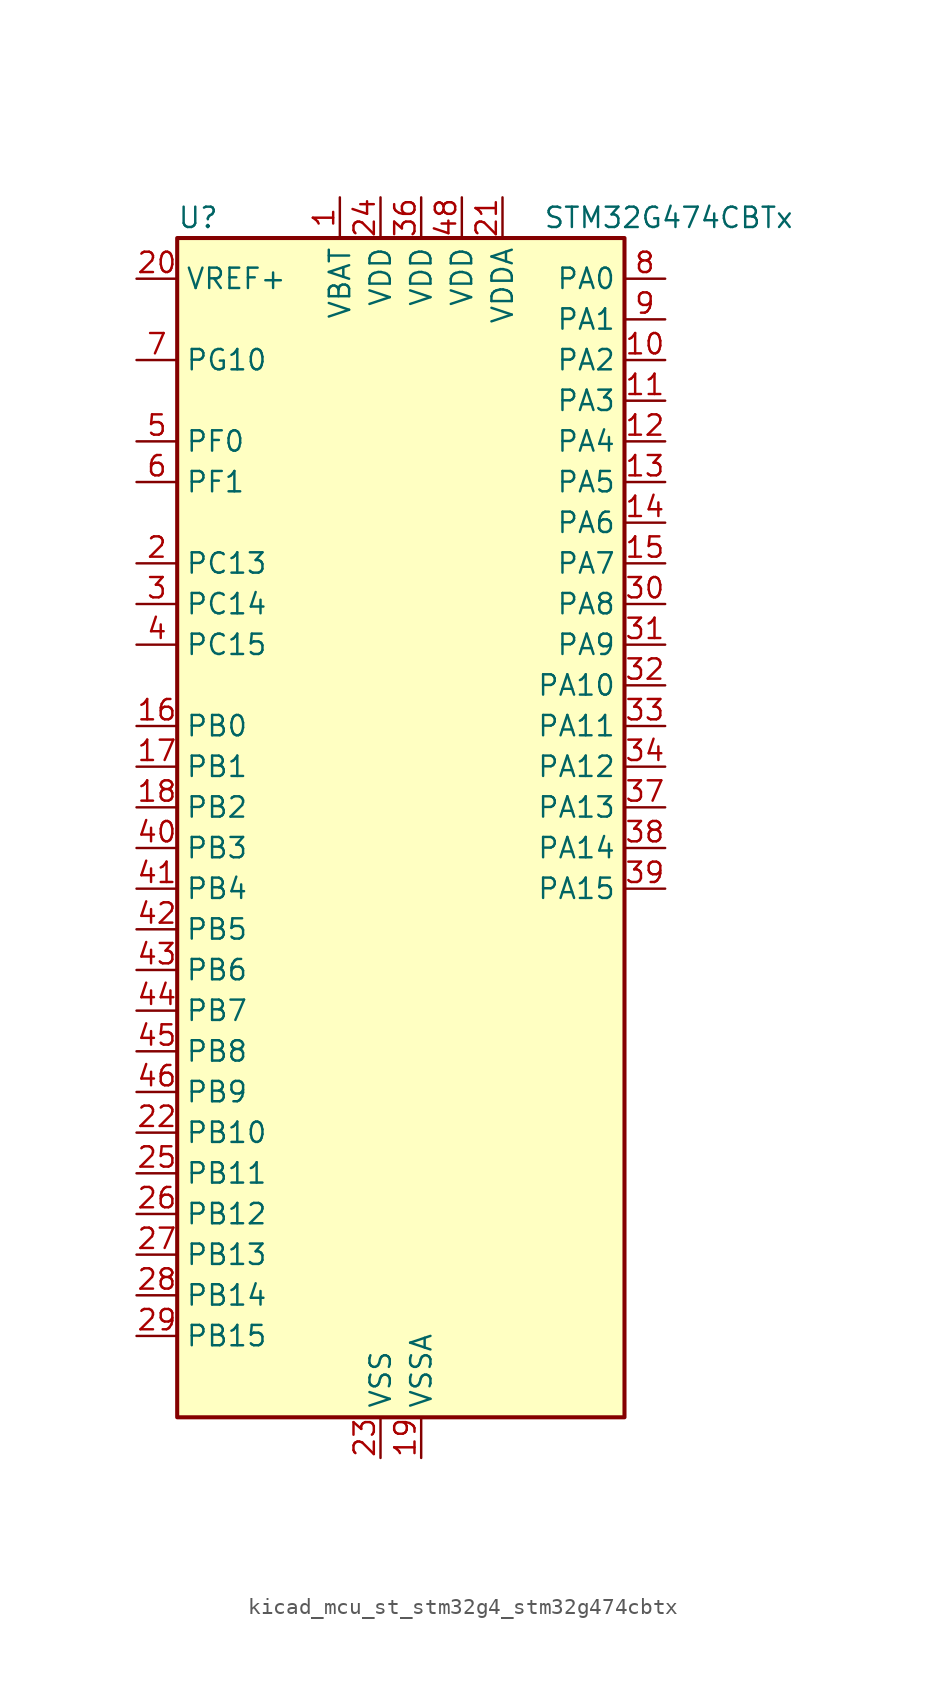
<source format=kicad_sym>
(kicad_symbol_lib
  (version 20220914)
  (generator kicad_symbol_editor)
  (symbol "kicad_mcu_st_stm32g4_stm32g474cbtx"
    (property "Reference" "U"
      (at -12.7 39.37 0)
      (effects (font (size 1.27 1.27)) (justify left)))
    (property "Value" "STM32G474CBTx"
      (at 10.16 39.37 0)
      (effects (font (size 1.27 1.27)) (justify left)))
    (property "ki_locked" ""
      (at 0 0 0)
      (effects (font (size 1.27 1.27))))
    (symbol "kicad_mcu_st_stm32g4_stm32g474cbtx_0_1"
      (rectangle (start -12.7 -35.56) (end 15.24 38.1) (stroke (width 0.254) (type default)) (fill (type background))))
    (symbol "kicad_mcu_st_stm32g4_stm32g474cbtx_1_1"
      (pin power_in line (at -2.54 40.64 270) (length 2.54) (name "VBAT" (effects (font (size 1.27 1.27)))) (number "1" (effects (font (size 1.27 1.27)))))
      (pin bidirectional line (at 17.78 30.48 180) (length 2.54) (name "PA2" (effects (font (size 1.27 1.27)))) (number "10" (effects (font (size 1.27 1.27)))) (alternate "ADC1_IN3" bidirectional line) (alternate "ADC3_EXTI2" bidirectional line) (alternate "ADC4_EXTI2" bidirectional line) (alternate "ADC5_EXTI2" bidirectional line) (alternate "COMP2_INM" bidirectional line) (alternate "COMP2_OUT" bidirectional line) (alternate "LPUART1_TX" bidirectional line) (alternate "OPAMP1_VOUT" bidirectional line) (alternate "QUADSPI1_BK1_NCS" bidirectional line) (alternate "RCC_LSCO" bidirectional line) (alternate "SYS_WKUP4" bidirectional line) (alternate "TIM15_CH1" bidirectional line) (alternate "TIM2_CH3" bidirectional line) (alternate "TIM5_CH3" bidirectional line) (alternate "UCPD1_FRSTX1" bidirectional line) (alternate "UCPD1_FRSTX2" bidirectional line) (alternate "USART2_TX" bidirectional line))
      (pin bidirectional line (at 17.78 27.94 180) (length 2.54) (name "PA3" (effects (font (size 1.27 1.27)))) (number "11" (effects (font (size 1.27 1.27)))) (alternate "ADC1_IN4" bidirectional line) (alternate "ADC3_EXTI3" bidirectional line) (alternate "ADC4_EXTI3" bidirectional line) (alternate "ADC5_EXTI3" bidirectional line) (alternate "COMP2_INP" bidirectional line) (alternate "LPUART1_RX" bidirectional line) (alternate "OPAMP1_VINM" bidirectional line) (alternate "OPAMP1_VINM0" bidirectional line) (alternate "OPAMP1_VINM_SEC" bidirectional line) (alternate "OPAMP1_VINP" bidirectional line) (alternate "OPAMP1_VINP_SEC" bidirectional line) (alternate "OPAMP5_VINM" bidirectional line) (alternate "OPAMP5_VINM1" bidirectional line) (alternate "OPAMP5_VINM_SEC" bidirectional line) (alternate "QUADSPI1_CLK" bidirectional line) (alternate "SAI1_CK1" bidirectional line) (alternate "SAI1_MCLK_A" bidirectional line) (alternate "TIM15_CH2" bidirectional line) (alternate "TIM2_CH4" bidirectional line) (alternate "TIM5_CH4" bidirectional line) (alternate "USART2_RX" bidirectional line))
      (pin bidirectional line (at 17.78 25.4 180) (length 2.54) (name "PA4" (effects (font (size 1.27 1.27)))) (number "12" (effects (font (size 1.27 1.27)))) (alternate "ADC2_IN17" bidirectional line) (alternate "COMP1_INM" bidirectional line) (alternate "DAC1_OUT1" bidirectional line) (alternate "I2S3_WS" bidirectional line) (alternate "SAI1_FS_B" bidirectional line) (alternate "SPI1_NSS" bidirectional line) (alternate "SPI3_NSS" bidirectional line) (alternate "TIM3_CH2" bidirectional line) (alternate "USART2_CK" bidirectional line))
      (pin bidirectional line (at 17.78 22.86 180) (length 2.54) (name "PA5" (effects (font (size 1.27 1.27)))) (number "13" (effects (font (size 1.27 1.27)))) (alternate "ADC2_IN13" bidirectional line) (alternate "COMP2_INM" bidirectional line) (alternate "DAC1_OUT2" bidirectional line) (alternate "OPAMP2_VINM" bidirectional line) (alternate "OPAMP2_VINM0" bidirectional line) (alternate "OPAMP2_VINM_SEC" bidirectional line) (alternate "SPI1_SCK" bidirectional line) (alternate "TIM2_CH1" bidirectional line) (alternate "TIM2_ETR" bidirectional line) (alternate "UCPD1_FRSTX1" bidirectional line) (alternate "UCPD1_FRSTX2" bidirectional line))
      (pin bidirectional line (at 17.78 20.32 180) (length 2.54) (name "PA6" (effects (font (size 1.27 1.27)))) (number "14" (effects (font (size 1.27 1.27)))) (alternate "ADC2_IN3" bidirectional line) (alternate "COMP1_OUT" bidirectional line) (alternate "DAC2_OUT1" bidirectional line) (alternate "LPUART1_CTS" bidirectional line) (alternate "OPAMP2_VOUT" bidirectional line) (alternate "QUADSPI1_BK1_IO3" bidirectional line) (alternate "SPI1_MISO" bidirectional line) (alternate "TIM16_CH1" bidirectional line) (alternate "TIM1_BKIN" bidirectional line) (alternate "TIM3_CH1" bidirectional line) (alternate "TIM8_BKIN" bidirectional line))
      (pin bidirectional line (at 17.78 17.78 180) (length 2.54) (name "PA7" (effects (font (size 1.27 1.27)))) (number "15" (effects (font (size 1.27 1.27)))) (alternate "ADC2_IN4" bidirectional line) (alternate "COMP2_INP" bidirectional line) (alternate "COMP2_OUT" bidirectional line) (alternate "OPAMP1_VINP" bidirectional line) (alternate "OPAMP1_VINP_SEC" bidirectional line) (alternate "OPAMP2_VINP" bidirectional line) (alternate "OPAMP2_VINP_SEC" bidirectional line) (alternate "QUADSPI1_BK1_IO2" bidirectional line) (alternate "SPI1_MOSI" bidirectional line) (alternate "TIM17_CH1" bidirectional line) (alternate "TIM1_CH1N" bidirectional line) (alternate "TIM3_CH2" bidirectional line) (alternate "TIM8_CH1N" bidirectional line) (alternate "UCPD1_FRSTX1" bidirectional line) (alternate "UCPD1_FRSTX2" bidirectional line))
      (pin bidirectional line (at -15.24 7.62 0) (length 2.54) (name "PB0" (effects (font (size 1.27 1.27)))) (number "16" (effects (font (size 1.27 1.27)))) (alternate "ADC1_IN15" bidirectional line) (alternate "ADC3_IN12" bidirectional line) (alternate "COMP4_INP" bidirectional line) (alternate "HRTIM1_FLT5" bidirectional line) (alternate "OPAMP2_VINP" bidirectional line) (alternate "OPAMP2_VINP_SEC" bidirectional line) (alternate "OPAMP3_VINP" bidirectional line) (alternate "OPAMP3_VINP_SEC" bidirectional line) (alternate "QUADSPI1_BK1_IO1" bidirectional line) (alternate "TIM1_CH2N" bidirectional line) (alternate "TIM3_CH3" bidirectional line) (alternate "TIM8_CH2N" bidirectional line) (alternate "UCPD1_FRSTX1" bidirectional line) (alternate "UCPD1_FRSTX2" bidirectional line))
      (pin bidirectional line (at -15.24 5.08 0) (length 2.54) (name "PB1" (effects (font (size 1.27 1.27)))) (number "17" (effects (font (size 1.27 1.27)))) (alternate "ADC1_IN12" bidirectional line) (alternate "ADC3_IN1" bidirectional line) (alternate "COMP1_INP" bidirectional line) (alternate "COMP4_OUT" bidirectional line) (alternate "HRTIM1_SCOUT" bidirectional line) (alternate "LPUART1_DE" bidirectional line) (alternate "LPUART1_RTS" bidirectional line) (alternate "OPAMP3_VOUT" bidirectional line) (alternate "OPAMP6_VINM" bidirectional line) (alternate "OPAMP6_VINM1" bidirectional line) (alternate "OPAMP6_VINM_SEC" bidirectional line) (alternate "QUADSPI1_BK1_IO0" bidirectional line) (alternate "TIM1_CH3N" bidirectional line) (alternate "TIM3_CH4" bidirectional line) (alternate "TIM8_CH3N" bidirectional line))
      (pin bidirectional line (at -15.24 2.54 0) (length 2.54) (name "PB2" (effects (font (size 1.27 1.27)))) (number "18" (effects (font (size 1.27 1.27)))) (alternate "ADC2_IN12" bidirectional line) (alternate "ADC3_EXTI2" bidirectional line) (alternate "ADC4_EXTI2" bidirectional line) (alternate "ADC5_EXTI2" bidirectional line) (alternate "COMP4_INM" bidirectional line) (alternate "HRTIM1_SCIN" bidirectional line) (alternate "I2C3_SMBA" bidirectional line) (alternate "LPTIM1_OUT" bidirectional line) (alternate "OPAMP3_VINM" bidirectional line) (alternate "OPAMP3_VINM0" bidirectional line) (alternate "OPAMP3_VINM_SEC" bidirectional line) (alternate "QUADSPI1_BK2_IO1" bidirectional line) (alternate "RTC_OUT2" bidirectional line) (alternate "TIM20_CH1" bidirectional line) (alternate "TIM5_CH1" bidirectional line))
      (pin power_in line (at 2.54 -38.1 90) (length 2.54) (name "VSSA" (effects (font (size 1.27 1.27)))) (number "19" (effects (font (size 1.27 1.27)))))
      (pin bidirectional line (at -15.24 17.78 0) (length 2.54) (name "PC13" (effects (font (size 1.27 1.27)))) (number "2" (effects (font (size 1.27 1.27)))) (alternate "RTC_OUT1" bidirectional line) (alternate "RTC_TAMP1" bidirectional line) (alternate "RTC_TS" bidirectional line) (alternate "SYS_WKUP2" bidirectional line) (alternate "TIM1_BKIN" bidirectional line) (alternate "TIM1_CH1N" bidirectional line) (alternate "TIM8_CH4N" bidirectional line))
      (pin input line (at -15.24 35.56 0) (length 2.54) (name "VREF+" (effects (font (size 1.27 1.27)))) (number "20" (effects (font (size 1.27 1.27)))) (alternate "VREFBUF_OUT" bidirectional line))
      (pin power_in line (at 7.62 40.64 270) (length 2.54) (name "VDDA" (effects (font (size 1.27 1.27)))) (number "21" (effects (font (size 1.27 1.27)))))
      (pin bidirectional line (at -15.24 -17.78 0) (length 2.54) (name "PB10" (effects (font (size 1.27 1.27)))) (number "22" (effects (font (size 1.27 1.27)))) (alternate "COMP5_INM" bidirectional line) (alternate "DAC1_EXTI10" bidirectional line) (alternate "DAC2_EXTI10" bidirectional line) (alternate "DAC3_EXTI10" bidirectional line) (alternate "DAC4_EXTI10" bidirectional line) (alternate "HRTIM1_FLT3" bidirectional line) (alternate "LPUART1_RX" bidirectional line) (alternate "OPAMP3_VINM" bidirectional line) (alternate "OPAMP3_VINM1" bidirectional line) (alternate "OPAMP3_VINM_SEC" bidirectional line) (alternate "OPAMP4_VINM" bidirectional line) (alternate "OPAMP4_VINM0" bidirectional line) (alternate "OPAMP4_VINM_SEC" bidirectional line) (alternate "QUADSPI1_CLK" bidirectional line) (alternate "SAI1_SCK_A" bidirectional line) (alternate "TIM1_BKIN" bidirectional line) (alternate "TIM2_CH3" bidirectional line) (alternate "USART3_TX" bidirectional line))
      (pin power_in line (at 0 -38.1 90) (length 2.54) (name "VSS" (effects (font (size 1.27 1.27)))) (number "23" (effects (font (size 1.27 1.27)))))
      (pin power_in line (at 0 40.64 270) (length 2.54) (name "VDD" (effects (font (size 1.27 1.27)))) (number "24" (effects (font (size 1.27 1.27)))))
      (pin bidirectional line (at -15.24 -20.32 0) (length 2.54) (name "PB11" (effects (font (size 1.27 1.27)))) (number "25" (effects (font (size 1.27 1.27)))) (alternate "ADC1_EXTI11" bidirectional line) (alternate "ADC1_IN14" bidirectional line) (alternate "ADC2_EXTI11" bidirectional line) (alternate "ADC2_IN14" bidirectional line) (alternate "COMP6_INP" bidirectional line) (alternate "HRTIM1_FLT4" bidirectional line) (alternate "LPUART1_TX" bidirectional line) (alternate "OPAMP4_VINP" bidirectional line) (alternate "OPAMP4_VINP_SEC" bidirectional line) (alternate "OPAMP6_VOUT" bidirectional line) (alternate "QUADSPI1_BK1_NCS" bidirectional line) (alternate "TIM2_CH4" bidirectional line) (alternate "USART3_RX" bidirectional line))
      (pin bidirectional line (at -15.24 -22.86 0) (length 2.54) (name "PB12" (effects (font (size 1.27 1.27)))) (number "26" (effects (font (size 1.27 1.27)))) (alternate "ADC1_IN11" bidirectional line) (alternate "ADC4_IN3" bidirectional line) (alternate "COMP7_INM" bidirectional line) (alternate "FDCAN2_RX" bidirectional line) (alternate "HRTIM1_CHC1" bidirectional line) (alternate "I2C2_SMBA" bidirectional line) (alternate "I2S2_WS" bidirectional line) (alternate "LPUART1_DE" bidirectional line) (alternate "LPUART1_RTS" bidirectional line) (alternate "OPAMP4_VOUT" bidirectional line) (alternate "OPAMP6_VINP" bidirectional line) (alternate "OPAMP6_VINP_SEC" bidirectional line) (alternate "SPI2_NSS" bidirectional line) (alternate "TIM1_BKIN" bidirectional line) (alternate "TIM5_ETR" bidirectional line) (alternate "USART3_CK" bidirectional line))
      (pin bidirectional line (at -15.24 -25.4 0) (length 2.54) (name "PB13" (effects (font (size 1.27 1.27)))) (number "27" (effects (font (size 1.27 1.27)))) (alternate "ADC3_IN5" bidirectional line) (alternate "COMP5_INP" bidirectional line) (alternate "FDCAN2_TX" bidirectional line) (alternate "HRTIM1_CHC2" bidirectional line) (alternate "I2S2_CK" bidirectional line) (alternate "LPUART1_CTS" bidirectional line) (alternate "OPAMP3_VINP" bidirectional line) (alternate "OPAMP3_VINP_SEC" bidirectional line) (alternate "OPAMP4_VINP" bidirectional line) (alternate "OPAMP4_VINP_SEC" bidirectional line) (alternate "OPAMP6_VINP" bidirectional line) (alternate "OPAMP6_VINP_SEC" bidirectional line) (alternate "SPI2_SCK" bidirectional line) (alternate "TIM1_CH1N" bidirectional line) (alternate "USART3_CTS" bidirectional line) (alternate "USART3_NSS" bidirectional line))
      (pin bidirectional line (at -15.24 -27.94 0) (length 2.54) (name "PB14" (effects (font (size 1.27 1.27)))) (number "28" (effects (font (size 1.27 1.27)))) (alternate "ADC1_IN5" bidirectional line) (alternate "ADC4_IN4" bidirectional line) (alternate "COMP4_OUT" bidirectional line) (alternate "COMP7_INP" bidirectional line) (alternate "HRTIM1_CHD1" bidirectional line) (alternate "OPAMP2_VINP" bidirectional line) (alternate "OPAMP2_VINP_SEC" bidirectional line) (alternate "OPAMP5_VINP" bidirectional line) (alternate "OPAMP5_VINP_SEC" bidirectional line) (alternate "SPI2_MISO" bidirectional line) (alternate "TIM15_CH1" bidirectional line) (alternate "TIM1_CH2N" bidirectional line) (alternate "USART3_DE" bidirectional line) (alternate "USART3_RTS" bidirectional line))
      (pin bidirectional line (at -15.24 -30.48 0) (length 2.54) (name "PB15" (effects (font (size 1.27 1.27)))) (number "29" (effects (font (size 1.27 1.27)))) (alternate "ADC1_EXTI15" bidirectional line) (alternate "ADC2_EXTI15" bidirectional line) (alternate "ADC2_IN15" bidirectional line) (alternate "ADC4_IN5" bidirectional line) (alternate "COMP3_OUT" bidirectional line) (alternate "COMP6_INM" bidirectional line) (alternate "HRTIM1_CHD2" bidirectional line) (alternate "I2S2_SD" bidirectional line) (alternate "OPAMP5_VINM" bidirectional line) (alternate "OPAMP5_VINM0" bidirectional line) (alternate "OPAMP5_VINM_SEC" bidirectional line) (alternate "RTC_REFIN" bidirectional line) (alternate "SPI2_MOSI" bidirectional line) (alternate "TIM15_CH1N" bidirectional line) (alternate "TIM15_CH2" bidirectional line) (alternate "TIM1_CH3N" bidirectional line))
      (pin bidirectional line (at -15.24 15.24 0) (length 2.54) (name "PC14" (effects (font (size 1.27 1.27)))) (number "3" (effects (font (size 1.27 1.27)))) (alternate "RCC_OSC32_IN" bidirectional line))
      (pin bidirectional line (at 17.78 15.24 180) (length 2.54) (name "PA8" (effects (font (size 1.27 1.27)))) (number "30" (effects (font (size 1.27 1.27)))) (alternate "ADC5_IN1" bidirectional line) (alternate "COMP7_OUT" bidirectional line) (alternate "FDCAN3_RX" bidirectional line) (alternate "HRTIM1_CHA1" bidirectional line) (alternate "I2C2_SDA" bidirectional line) (alternate "I2C3_SCL" bidirectional line) (alternate "I2S2_MCK" bidirectional line) (alternate "OPAMP5_VOUT" bidirectional line) (alternate "RCC_MCO" bidirectional line) (alternate "SAI1_CK2" bidirectional line) (alternate "SAI1_SCK_A" bidirectional line) (alternate "TIM1_CH1" bidirectional line) (alternate "TIM4_ETR" bidirectional line) (alternate "USART1_CK" bidirectional line))
      (pin bidirectional line (at 17.78 12.7 180) (length 2.54) (name "PA9" (effects (font (size 1.27 1.27)))) (number "31" (effects (font (size 1.27 1.27)))) (alternate "ADC5_IN2" bidirectional line) (alternate "COMP5_OUT" bidirectional line) (alternate "DAC1_EXTI9" bidirectional line) (alternate "DAC2_EXTI9" bidirectional line) (alternate "DAC3_EXTI9" bidirectional line) (alternate "DAC4_EXTI9" bidirectional line) (alternate "HRTIM1_CHA2" bidirectional line) (alternate "I2C2_SCL" bidirectional line) (alternate "I2C3_SMBA" bidirectional line) (alternate "I2S3_MCK" bidirectional line) (alternate "SAI1_FS_A" bidirectional line) (alternate "TIM15_BKIN" bidirectional line) (alternate "TIM1_CH2" bidirectional line) (alternate "TIM2_CH3" bidirectional line) (alternate "UCPD1_DBCC1" bidirectional line) (alternate "USART1_TX" bidirectional line))
      (pin bidirectional line (at 17.78 10.16 180) (length 2.54) (name "PA10" (effects (font (size 1.27 1.27)))) (number "32" (effects (font (size 1.27 1.27)))) (alternate "COMP6_OUT" bidirectional line) (alternate "CRS_SYNC" bidirectional line) (alternate "DAC1_EXTI10" bidirectional line) (alternate "DAC2_EXTI10" bidirectional line) (alternate "DAC3_EXTI10" bidirectional line) (alternate "DAC4_EXTI10" bidirectional line) (alternate "HRTIM1_CHB1" bidirectional line) (alternate "I2C2_SMBA" bidirectional line) (alternate "SAI1_D1" bidirectional line) (alternate "SAI1_SD_A" bidirectional line) (alternate "SPI2_MISO" bidirectional line) (alternate "TIM17_BKIN" bidirectional line) (alternate "TIM1_CH3" bidirectional line) (alternate "TIM2_CH4" bidirectional line) (alternate "TIM8_BKIN" bidirectional line) (alternate "UCPD1_DBCC2" bidirectional line) (alternate "USART1_RX" bidirectional line))
      (pin bidirectional line (at 17.78 7.62 180) (length 2.54) (name "PA11" (effects (font (size 1.27 1.27)))) (number "33" (effects (font (size 1.27 1.27)))) (alternate "ADC1_EXTI11" bidirectional line) (alternate "ADC2_EXTI11" bidirectional line) (alternate "COMP1_OUT" bidirectional line) (alternate "FDCAN1_RX" bidirectional line) (alternate "HRTIM1_CHB2" bidirectional line) (alternate "I2S2_SD" bidirectional line) (alternate "SPI2_MOSI" bidirectional line) (alternate "TIM1_BKIN2" bidirectional line) (alternate "TIM1_CH1N" bidirectional line) (alternate "TIM1_CH4" bidirectional line) (alternate "TIM4_CH1" bidirectional line) (alternate "USART1_CTS" bidirectional line) (alternate "USART1_NSS" bidirectional line) (alternate "USB_DM" bidirectional line))
      (pin bidirectional line (at 17.78 5.08 180) (length 2.54) (name "PA12" (effects (font (size 1.27 1.27)))) (number "34" (effects (font (size 1.27 1.27)))) (alternate "COMP2_OUT" bidirectional line) (alternate "FDCAN1_TX" bidirectional line) (alternate "HRTIM1_FLT1" bidirectional line) (alternate "I2S_CKIN" bidirectional line) (alternate "TIM16_CH1" bidirectional line) (alternate "TIM1_CH2N" bidirectional line) (alternate "TIM1_ETR" bidirectional line) (alternate "TIM4_CH2" bidirectional line) (alternate "USART1_DE" bidirectional line) (alternate "USART1_RTS" bidirectional line) (alternate "USB_DP" bidirectional line))
      (pin passive line (at 0 -38.1 90) (length 2.54) hide (name "VSS" (effects (font (size 1.27 1.27)))) (number "35" (effects (font (size 1.27 1.27)))))
      (pin power_in line (at 2.54 40.64 270) (length 2.54) (name "VDD" (effects (font (size 1.27 1.27)))) (number "36" (effects (font (size 1.27 1.27)))))
      (pin bidirectional line (at 17.78 2.54 180) (length 2.54) (name "PA13" (effects (font (size 1.27 1.27)))) (number "37" (effects (font (size 1.27 1.27)))) (alternate "I2C1_SCL" bidirectional line) (alternate "I2C4_SCL" bidirectional line) (alternate "IR_OUT" bidirectional line) (alternate "SAI1_SD_B" bidirectional line) (alternate "SYS_JTMS-SWDIO" bidirectional line) (alternate "TIM16_CH1N" bidirectional line) (alternate "TIM4_CH3" bidirectional line) (alternate "USART3_CTS" bidirectional line) (alternate "USART3_NSS" bidirectional line))
      (pin bidirectional line (at 17.78 0 180) (length 2.54) (name "PA14" (effects (font (size 1.27 1.27)))) (number "38" (effects (font (size 1.27 1.27)))) (alternate "I2C1_SDA" bidirectional line) (alternate "I2C4_SMBA" bidirectional line) (alternate "LPTIM1_OUT" bidirectional line) (alternate "SAI1_FS_B" bidirectional line) (alternate "SYS_JTCK-SWCLK" bidirectional line) (alternate "TIM1_BKIN" bidirectional line) (alternate "TIM8_CH2" bidirectional line) (alternate "USART2_TX" bidirectional line))
      (pin bidirectional line (at 17.78 -2.54 180) (length 2.54) (name "PA15" (effects (font (size 1.27 1.27)))) (number "39" (effects (font (size 1.27 1.27)))) (alternate "ADC1_EXTI15" bidirectional line) (alternate "ADC2_EXTI15" bidirectional line) (alternate "FDCAN3_TX" bidirectional line) (alternate "HRTIM1_FLT2" bidirectional line) (alternate "I2C1_SCL" bidirectional line) (alternate "I2S3_WS" bidirectional line) (alternate "SPI1_NSS" bidirectional line) (alternate "SPI3_NSS" bidirectional line) (alternate "SYS_JTDI" bidirectional line) (alternate "TIM1_BKIN" bidirectional line) (alternate "TIM2_CH1" bidirectional line) (alternate "TIM2_ETR" bidirectional line) (alternate "TIM8_CH1" bidirectional line) (alternate "USART2_RX" bidirectional line))
      (pin bidirectional line (at -15.24 12.7 0) (length 2.54) (name "PC15" (effects (font (size 1.27 1.27)))) (number "4" (effects (font (size 1.27 1.27)))) (alternate "ADC1_EXTI15" bidirectional line) (alternate "ADC2_EXTI15" bidirectional line) (alternate "RCC_OSC32_OUT" bidirectional line))
      (pin bidirectional line (at -15.24 0 0) (length 2.54) (name "PB3" (effects (font (size 1.27 1.27)))) (number "40" (effects (font (size 1.27 1.27)))) (alternate "ADC3_EXTI3" bidirectional line) (alternate "ADC4_EXTI3" bidirectional line) (alternate "ADC5_EXTI3" bidirectional line) (alternate "CRS_SYNC" bidirectional line) (alternate "FDCAN3_RX" bidirectional line) (alternate "HRTIM1_EEV9" bidirectional line) (alternate "HRTIM1_SCOUT" bidirectional line) (alternate "I2S3_CK" bidirectional line) (alternate "SAI1_SCK_B" bidirectional line) (alternate "SPI1_SCK" bidirectional line) (alternate "SPI3_SCK" bidirectional line) (alternate "SYS_JTDO-SWO" bidirectional line) (alternate "TIM2_CH2" bidirectional line) (alternate "TIM3_ETR" bidirectional line) (alternate "TIM4_ETR" bidirectional line) (alternate "TIM8_CH1N" bidirectional line) (alternate "USART2_TX" bidirectional line))
      (pin bidirectional line (at -15.24 -2.54 0) (length 2.54) (name "PB4" (effects (font (size 1.27 1.27)))) (number "41" (effects (font (size 1.27 1.27)))) (alternate "FDCAN3_TX" bidirectional line) (alternate "HRTIM1_EEV7" bidirectional line) (alternate "SAI1_MCLK_B" bidirectional line) (alternate "SPI1_MISO" bidirectional line) (alternate "SPI3_MISO" bidirectional line) (alternate "SYS_JTRST" bidirectional line) (alternate "TIM16_CH1" bidirectional line) (alternate "TIM17_BKIN" bidirectional line) (alternate "TIM3_CH1" bidirectional line) (alternate "TIM8_CH2N" bidirectional line) (alternate "UCPD1_CC2" bidirectional line) (alternate "USART2_RX" bidirectional line))
      (pin bidirectional line (at -15.24 -5.08 0) (length 2.54) (name "PB5" (effects (font (size 1.27 1.27)))) (number "42" (effects (font (size 1.27 1.27)))) (alternate "FDCAN2_RX" bidirectional line) (alternate "HRTIM1_EEV6" bidirectional line) (alternate "I2C1_SMBA" bidirectional line) (alternate "I2C3_SDA" bidirectional line) (alternate "I2S3_SD" bidirectional line) (alternate "LPTIM1_IN1" bidirectional line) (alternate "SAI1_SD_B" bidirectional line) (alternate "SPI1_MOSI" bidirectional line) (alternate "SPI3_MOSI" bidirectional line) (alternate "TIM16_BKIN" bidirectional line) (alternate "TIM17_CH1" bidirectional line) (alternate "TIM3_CH2" bidirectional line) (alternate "TIM8_CH3N" bidirectional line) (alternate "USART2_CK" bidirectional line))
      (pin bidirectional line (at -15.24 -7.62 0) (length 2.54) (name "PB6" (effects (font (size 1.27 1.27)))) (number "43" (effects (font (size 1.27 1.27)))) (alternate "COMP4_OUT" bidirectional line) (alternate "FDCAN2_TX" bidirectional line) (alternate "HRTIM1_EEV4" bidirectional line) (alternate "HRTIM1_SCIN" bidirectional line) (alternate "LPTIM1_ETR" bidirectional line) (alternate "SAI1_FS_B" bidirectional line) (alternate "TIM16_CH1N" bidirectional line) (alternate "TIM4_CH1" bidirectional line) (alternate "TIM8_BKIN2" bidirectional line) (alternate "TIM8_CH1" bidirectional line) (alternate "TIM8_ETR" bidirectional line) (alternate "UCPD1_CC1" bidirectional line) (alternate "USART1_TX" bidirectional line))
      (pin bidirectional line (at -15.24 -10.16 0) (length 2.54) (name "PB7" (effects (font (size 1.27 1.27)))) (number "44" (effects (font (size 1.27 1.27)))) (alternate "COMP3_OUT" bidirectional line) (alternate "HRTIM1_EEV3" bidirectional line) (alternate "I2C1_SDA" bidirectional line) (alternate "I2C4_SDA" bidirectional line) (alternate "LPTIM1_IN2" bidirectional line) (alternate "SYS_PVD_IN" bidirectional line) (alternate "TIM17_CH1N" bidirectional line) (alternate "TIM3_CH4" bidirectional line) (alternate "TIM4_CH2" bidirectional line) (alternate "TIM8_BKIN" bidirectional line) (alternate "USART1_RX" bidirectional line))
      (pin bidirectional line (at -15.24 -12.7 0) (length 2.54) (name "PB8" (effects (font (size 1.27 1.27)))) (number "45" (effects (font (size 1.27 1.27)))) (alternate "COMP1_OUT" bidirectional line) (alternate "FDCAN1_RX" bidirectional line) (alternate "HRTIM1_EEV8" bidirectional line) (alternate "I2C1_SCL" bidirectional line) (alternate "SAI1_CK1" bidirectional line) (alternate "SAI1_MCLK_A" bidirectional line) (alternate "TIM16_CH1" bidirectional line) (alternate "TIM1_BKIN" bidirectional line) (alternate "TIM4_CH3" bidirectional line) (alternate "TIM8_CH2" bidirectional line) (alternate "USART3_RX" bidirectional line))
      (pin bidirectional line (at -15.24 -15.24 0) (length 2.54) (name "PB9" (effects (font (size 1.27 1.27)))) (number "46" (effects (font (size 1.27 1.27)))) (alternate "COMP2_OUT" bidirectional line) (alternate "DAC1_EXTI9" bidirectional line) (alternate "DAC2_EXTI9" bidirectional line) (alternate "DAC3_EXTI9" bidirectional line) (alternate "DAC4_EXTI9" bidirectional line) (alternate "FDCAN1_TX" bidirectional line) (alternate "HRTIM1_EEV5" bidirectional line) (alternate "I2C1_SDA" bidirectional line) (alternate "IR_OUT" bidirectional line) (alternate "SAI1_D2" bidirectional line) (alternate "SAI1_FS_A" bidirectional line) (alternate "TIM17_CH1" bidirectional line) (alternate "TIM1_CH3N" bidirectional line) (alternate "TIM4_CH4" bidirectional line) (alternate "TIM8_CH3" bidirectional line) (alternate "USART3_TX" bidirectional line))
      (pin passive line (at 0 -38.1 90) (length 2.54) hide (name "VSS" (effects (font (size 1.27 1.27)))) (number "47" (effects (font (size 1.27 1.27)))))
      (pin power_in line (at 5.08 40.64 270) (length 2.54) (name "VDD" (effects (font (size 1.27 1.27)))) (number "48" (effects (font (size 1.27 1.27)))))
      (pin bidirectional line (at -15.24 25.4 0) (length 2.54) (name "PF0" (effects (font (size 1.27 1.27)))) (number "5" (effects (font (size 1.27 1.27)))) (alternate "ADC1_IN10" bidirectional line) (alternate "I2C2_SDA" bidirectional line) (alternate "I2S2_WS" bidirectional line) (alternate "RCC_OSC_IN" bidirectional line) (alternate "SPI2_NSS" bidirectional line) (alternate "TIM1_CH3N" bidirectional line))
      (pin bidirectional line (at -15.24 22.86 0) (length 2.54) (name "PF1" (effects (font (size 1.27 1.27)))) (number "6" (effects (font (size 1.27 1.27)))) (alternate "ADC2_IN10" bidirectional line) (alternate "COMP3_INM" bidirectional line) (alternate "I2S2_CK" bidirectional line) (alternate "RCC_OSC_OUT" bidirectional line) (alternate "SPI2_SCK" bidirectional line))
      (pin bidirectional line (at -15.24 30.48 0) (length 2.54) (name "PG10" (effects (font (size 1.27 1.27)))) (number "7" (effects (font (size 1.27 1.27)))) (alternate "DAC1_EXTI10" bidirectional line) (alternate "DAC2_EXTI10" bidirectional line) (alternate "DAC3_EXTI10" bidirectional line) (alternate "DAC4_EXTI10" bidirectional line) (alternate "RCC_MCO" bidirectional line))
      (pin bidirectional line (at 17.78 35.56 180) (length 2.54) (name "PA0" (effects (font (size 1.27 1.27)))) (number "8" (effects (font (size 1.27 1.27)))) (alternate "ADC1_IN1" bidirectional line) (alternate "ADC2_IN1" bidirectional line) (alternate "COMP1_INM" bidirectional line) (alternate "COMP1_OUT" bidirectional line) (alternate "COMP3_INP" bidirectional line) (alternate "RTC_TAMP2" bidirectional line) (alternate "SYS_WKUP1" bidirectional line) (alternate "TIM2_CH1" bidirectional line) (alternate "TIM2_ETR" bidirectional line) (alternate "TIM5_CH1" bidirectional line) (alternate "TIM8_BKIN" bidirectional line) (alternate "TIM8_ETR" bidirectional line) (alternate "USART2_CTS" bidirectional line) (alternate "USART2_NSS" bidirectional line))
      (pin bidirectional line (at 17.78 33.02 180) (length 2.54) (name "PA1" (effects (font (size 1.27 1.27)))) (number "9" (effects (font (size 1.27 1.27)))) (alternate "ADC1_IN2" bidirectional line) (alternate "ADC2_IN2" bidirectional line) (alternate "COMP1_INP" bidirectional line) (alternate "OPAMP1_VINP" bidirectional line) (alternate "OPAMP1_VINP_SEC" bidirectional line) (alternate "OPAMP3_VINP" bidirectional line) (alternate "OPAMP3_VINP_SEC" bidirectional line) (alternate "OPAMP6_VINM" bidirectional line) (alternate "OPAMP6_VINM0" bidirectional line) (alternate "OPAMP6_VINM_SEC" bidirectional line) (alternate "RTC_REFIN" bidirectional line) (alternate "TIM15_CH1N" bidirectional line) (alternate "TIM2_CH2" bidirectional line) (alternate "TIM5_CH2" bidirectional line) (alternate "USART2_DE" bidirectional line) (alternate "USART2_RTS" bidirectional line)))))
</source>
